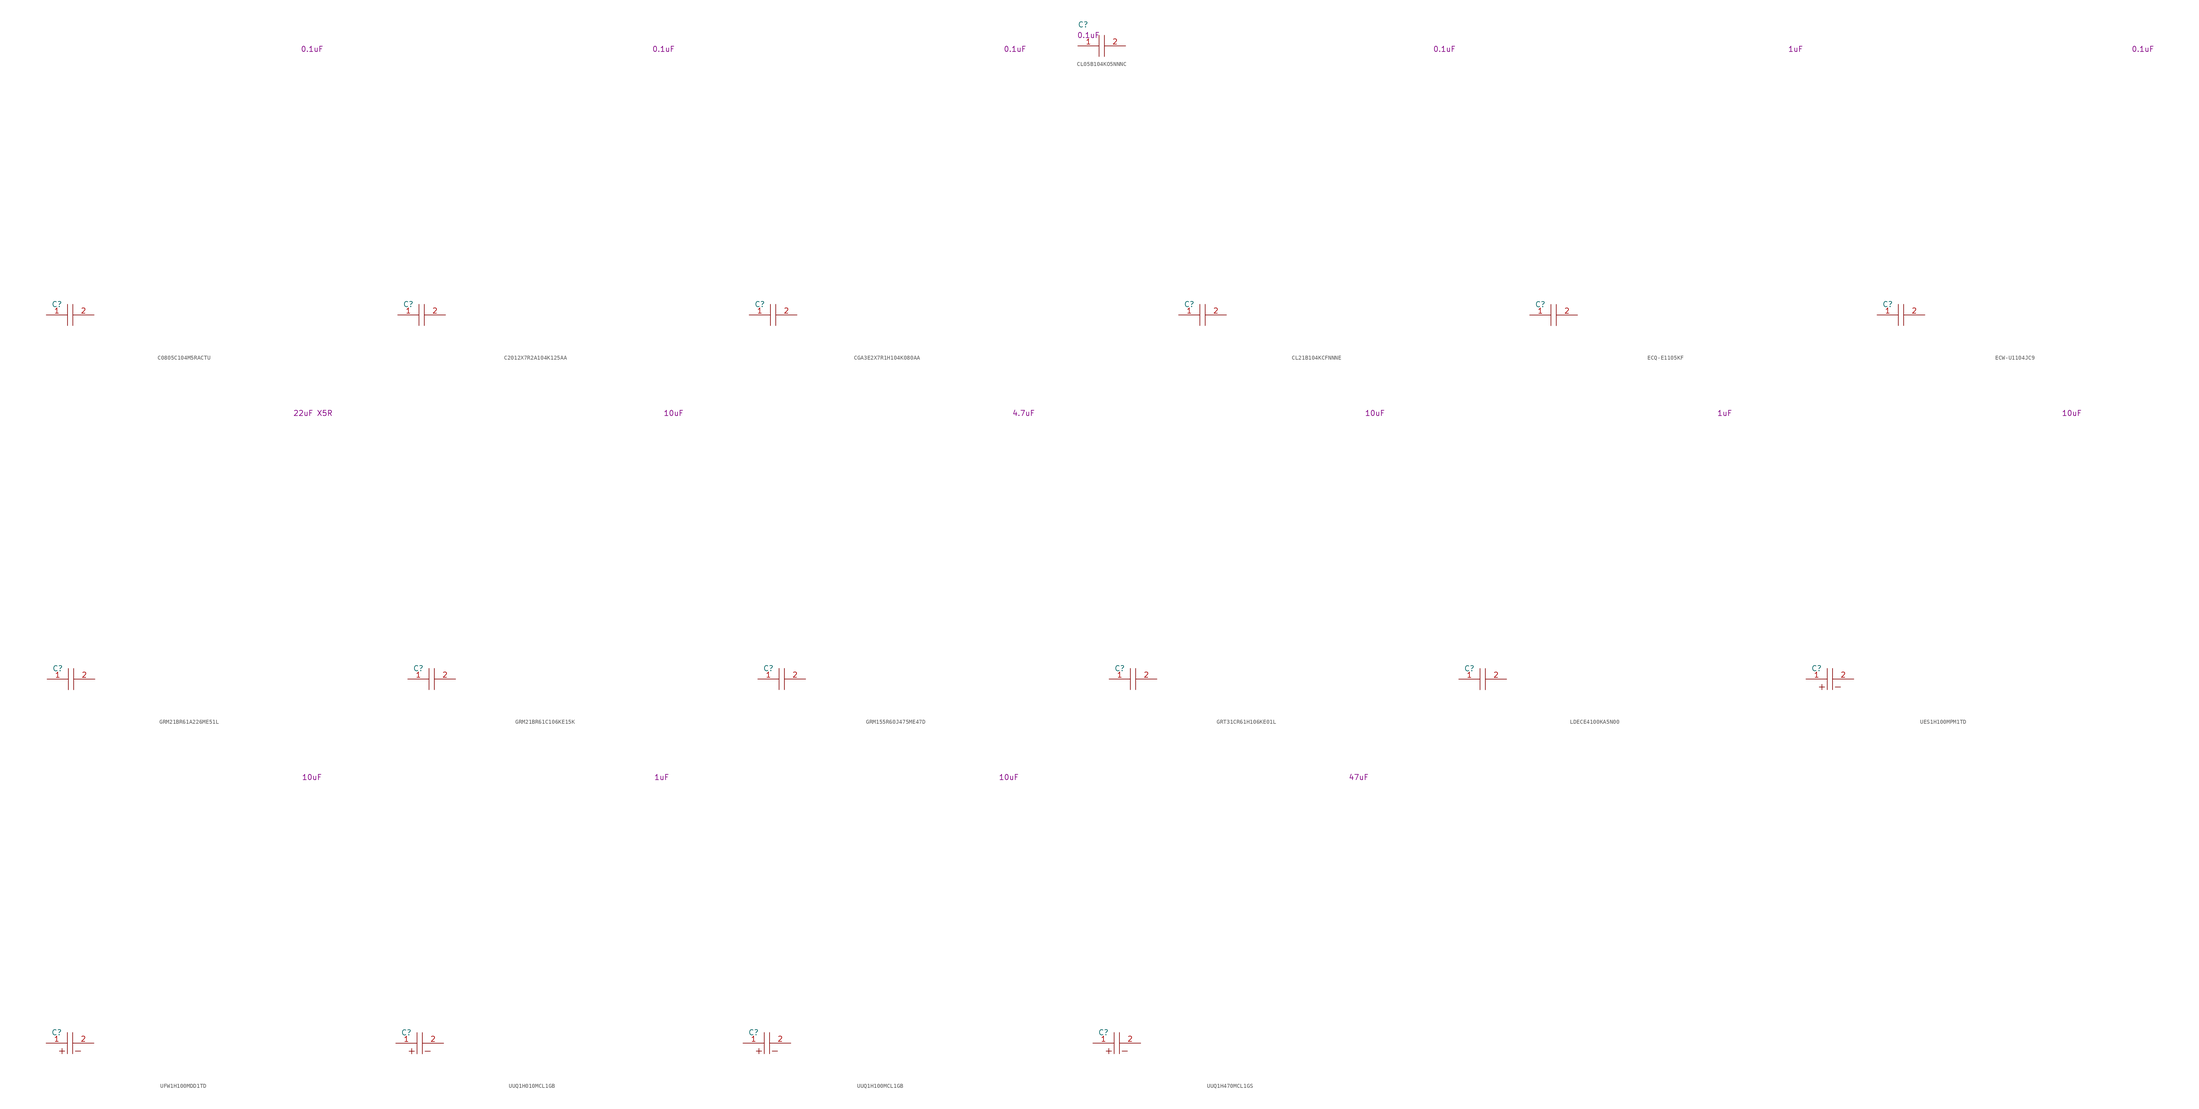
<source format=kicad_sym>
(kicad_symbol_lib
  (version 20241209)
  (generator "kicad_symbol_editor")
  (generator_version "9.0")
  (symbol "C0805C104M5RACTU"
    (pin_names
      (offset 1.016))
    (property "Reference" "C"
      (at -2.54 2.54 0)
      (effects (font (size 1.27 1.27))))
    (property "_Value_" "0.1uF"
      (at 58.42 63.5 0)
      (effects (font (size 1.27 1.27))))
    (symbol "C0805C104M5RACTU_1_1"
      (polyline (pts (xy 0 2.54) (xy 0 -2.54)) (stroke (width 0) (type solid)) (fill (type none)))
      (polyline (pts (xy 1.27 2.54) (xy 1.27 -2.54)) (stroke (width 0) (type solid)) (fill (type none)))
      (pin input line (at -5.08 0 0) (length 5.08) (name "~" (effects (font (size 1.27 1.27)))) (number "1" (effects (font (size 1.27 1.27)))))
      (pin input line (at 6.35 0 180) (length 5.08) (name "~" (effects (font (size 1.27 1.27)))) (number "2" (effects (font (size 1.27 1.27)))))))
  (symbol "C2012X7R2A104K125AA"
    (pin_names
      (offset 1.016))
    (property "Reference" "C"
      (at -2.54 2.54 0)
      (effects (font (size 1.27 1.27))))
    (property "_Value_" "0.1uF"
      (at 58.42 63.5 0)
      (effects (font (size 1.27 1.27))))
    (symbol "C2012X7R2A104K125AA_1_1"
      (polyline (pts (xy 0 2.54) (xy 0 -2.54)) (stroke (width 0) (type solid)) (fill (type none)))
      (polyline (pts (xy 1.27 2.54) (xy 1.27 -2.54)) (stroke (width 0) (type solid)) (fill (type none)))
      (pin input line (at -5.08 0 0) (length 5.08) (name "~" (effects (font (size 1.27 1.27)))) (number "1" (effects (font (size 1.27 1.27)))))
      (pin input line (at 6.35 0 180) (length 5.08) (name "~" (effects (font (size 1.27 1.27)))) (number "2" (effects (font (size 1.27 1.27)))))))
  (symbol "CGA3E2X7R1H104K080AA"
    (pin_names
      (offset 1.016))
    (property "Reference" "C"
      (at -2.54 2.54 0)
      (effects (font (size 1.27 1.27))))
    (property "_Value_" "0.1uF"
      (at 58.42 63.5 0)
      (effects (font (size 1.27 1.27))))
    (symbol "CGA3E2X7R1H104K080AA_1_1"
      (polyline (pts (xy 0 2.54) (xy 0 -2.54)) (stroke (width 0) (type solid)) (fill (type none)))
      (polyline (pts (xy 1.27 2.54) (xy 1.27 -2.54)) (stroke (width 0) (type solid)) (fill (type none)))
      (pin input line (at -5.08 0 0) (length 5.08) (name "~" (effects (font (size 1.27 1.27)))) (number "1" (effects (font (size 1.27 1.27)))))
      (pin input line (at 6.35 0 180) (length 5.08) (name "~" (effects (font (size 1.27 1.27)))) (number "2" (effects (font (size 1.27 1.27)))))))
  (symbol "CL05B104KO5NNNC"
    (pin_names
      (offset 1.016))
    (property "Reference" "C"
      (at -3.81 5.08 0)
      (effects (font (size 1.27 1.27))))
    (property "_Value_" "0.1uF"
      (at -2.54 2.54 0)
      (effects (font (size 1.27 1.27))))
    (symbol "CL05B104KO5NNNC_1_1"
      (polyline (pts (xy 0 2.54) (xy 0 -2.54)) (stroke (width 0) (type solid)) (fill (type none)))
      (polyline (pts (xy 1.27 2.54) (xy 1.27 -2.54)) (stroke (width 0) (type solid)) (fill (type none)))
      (pin input line (at -5.08 0 0) (length 5.08) (name "~" (effects (font (size 1.27 1.27)))) (number "1" (effects (font (size 1.27 1.27)))))
      (pin input line (at 6.35 0 180) (length 5.08) (name "~" (effects (font (size 1.27 1.27)))) (number "2" (effects (font (size 1.27 1.27)))))))
  (symbol "CL21B104KCFNNNE"
    (pin_names
      (offset 1.016))
    (property "Reference" "C"
      (at -2.54 2.54 0)
      (effects (font (size 1.27 1.27))))
    (property "_Value_" "0.1uF"
      (at 58.42 63.5 0)
      (effects (font (size 1.27 1.27))))
    (symbol "CL21B104KCFNNNE_1_1"
      (polyline (pts (xy 0 2.54) (xy 0 -2.54)) (stroke (width 0) (type solid)) (fill (type none)))
      (polyline (pts (xy 1.27 2.54) (xy 1.27 -2.54)) (stroke (width 0) (type solid)) (fill (type none)))
      (pin input line (at -5.08 0 0) (length 5.08) (name "~" (effects (font (size 1.27 1.27)))) (number "1" (effects (font (size 1.27 1.27)))))
      (pin input line (at 6.35 0 180) (length 5.08) (name "~" (effects (font (size 1.27 1.27)))) (number "2" (effects (font (size 1.27 1.27)))))))
  (symbol "ECQ-E1105KF"
    (pin_names
      (offset 1.016))
    (property "Reference" "C"
      (at -2.54 2.54 0)
      (effects (font (size 1.27 1.27))))
    (property "_Value_" "1uF"
      (at 58.42 63.5 0)
      (effects (font (size 1.27 1.27))))
    (symbol "ECQ-E1105KF_1_1"
      (polyline (pts (xy 0 2.54) (xy 0 -2.54)) (stroke (width 0) (type solid)) (fill (type none)))
      (polyline (pts (xy 1.27 2.54) (xy 1.27 -2.54)) (stroke (width 0) (type solid)) (fill (type none)))
      (pin input line (at -5.08 0 0) (length 5.08) (name "~" (effects (font (size 1.27 1.27)))) (number "1" (effects (font (size 1.27 1.27)))))
      (pin input line (at 6.35 0 180) (length 5.08) (name "~" (effects (font (size 1.27 1.27)))) (number "2" (effects (font (size 1.27 1.27)))))))
  (symbol "ECW-U1104JC9"
    (pin_names
      (offset 1.016))
    (property "Reference" "C"
      (at -2.54 2.54 0)
      (effects (font (size 1.27 1.27))))
    (property "_Value_" "0.1uF"
      (at 58.42 63.5 0)
      (effects (font (size 1.27 1.27))))
    (symbol "ECW-U1104JC9_1_1"
      (polyline (pts (xy 0 2.54) (xy 0 -2.54)) (stroke (width 0) (type solid)) (fill (type none)))
      (polyline (pts (xy 1.27 2.54) (xy 1.27 -2.54)) (stroke (width 0) (type solid)) (fill (type none)))
      (pin input line (at -5.08 0 0) (length 5.08) (name "~" (effects (font (size 1.27 1.27)))) (number "1" (effects (font (size 1.27 1.27)))))
      (pin input line (at 6.35 0 180) (length 5.08) (name "~" (effects (font (size 1.27 1.27)))) (number "2" (effects (font (size 1.27 1.27)))))))
  (symbol "GRM21BR61A226ME51L"
    (pin_names
      (offset 1.016))
    (property "Reference" "C"
      (at -2.54 2.54 0)
      (effects (font (size 1.27 1.27))))
    (property "_Value_" "22uF X5R"
      (at 58.42 63.5 0)
      (effects (font (size 1.27 1.27))))
    (symbol "GRM21BR61A226ME51L_1_1"
      (polyline (pts (xy 0 2.54) (xy 0 -2.54)) (stroke (width 0) (type solid)) (fill (type none)))
      (polyline (pts (xy 1.27 2.54) (xy 1.27 -2.54)) (stroke (width 0) (type solid)) (fill (type none)))
      (pin input line (at -5.08 0 0) (length 5.08) (name "~" (effects (font (size 1.27 1.27)))) (number "1" (effects (font (size 1.27 1.27)))))
      (pin input line (at 6.35 0 180) (length 5.08) (name "~" (effects (font (size 1.27 1.27)))) (number "2" (effects (font (size 1.27 1.27)))))))
  (symbol "GRM21BR61C106KE15K"
    (pin_names
      (offset 1.016))
    (property "Reference" "C"
      (at -2.54 2.54 0)
      (effects (font (size 1.27 1.27))))
    (property "_Value_" "10uF"
      (at 58.42 63.5 0)
      (effects (font (size 1.27 1.27))))
    (symbol "GRM21BR61C106KE15K_1_1"
      (polyline (pts (xy 0 2.54) (xy 0 -2.54)) (stroke (width 0) (type solid)) (fill (type none)))
      (polyline (pts (xy 1.27 2.54) (xy 1.27 -2.54)) (stroke (width 0) (type solid)) (fill (type none)))
      (pin input line (at -5.08 0 0) (length 5.08) (name "~" (effects (font (size 1.27 1.27)))) (number "1" (effects (font (size 1.27 1.27)))))
      (pin input line (at 6.35 0 180) (length 5.08) (name "~" (effects (font (size 1.27 1.27)))) (number "2" (effects (font (size 1.27 1.27)))))))
  (symbol "GRM155R60J475ME47D"
    (pin_names
      (offset 1.016))
    (property "Reference" "C"
      (at -2.54 2.54 0)
      (effects (font (size 1.27 1.27))))
    (property "_Value_" "4.7uF"
      (at 58.42 63.5 0)
      (effects (font (size 1.27 1.27))))
    (symbol "GRM155R60J475ME47D_1_1"
      (polyline (pts (xy 0 2.54) (xy 0 -2.54)) (stroke (width 0) (type solid)) (fill (type none)))
      (polyline (pts (xy 1.27 2.54) (xy 1.27 -2.54)) (stroke (width 0) (type solid)) (fill (type none)))
      (pin input line (at -5.08 0 0) (length 5.08) (name "~" (effects (font (size 1.27 1.27)))) (number "1" (effects (font (size 1.27 1.27)))))
      (pin input line (at 6.35 0 180) (length 5.08) (name "~" (effects (font (size 1.27 1.27)))) (number "2" (effects (font (size 1.27 1.27)))))))
  (symbol "GRT31CR61H106KE01L"
    (pin_names
      (offset 1.016))
    (property "Reference" "C"
      (at -2.54 2.54 0)
      (effects (font (size 1.27 1.27))))
    (property "_Value_" "10uF"
      (at 58.42 63.5 0)
      (effects (font (size 1.27 1.27))))
    (symbol "GRT31CR61H106KE01L_1_1"
      (polyline (pts (xy 0 2.54) (xy 0 -2.54)) (stroke (width 0) (type solid)) (fill (type none)))
      (polyline (pts (xy 1.27 2.54) (xy 1.27 -2.54)) (stroke (width 0) (type solid)) (fill (type none)))
      (pin input line (at -5.08 0 0) (length 5.08) (name "~" (effects (font (size 1.27 1.27)))) (number "1" (effects (font (size 1.27 1.27)))))
      (pin input line (at 6.35 0 180) (length 5.08) (name "~" (effects (font (size 1.27 1.27)))) (number "2" (effects (font (size 1.27 1.27)))))))
  (symbol "LDECE4100KA5N00"
    (pin_names
      (offset 1.016))
    (property "Reference" "C"
      (at -2.54 2.54 0)
      (effects (font (size 1.27 1.27))))
    (property "_Value_" "1uF"
      (at 58.42 63.5 0)
      (effects (font (size 1.27 1.27))))
    (symbol "LDECE4100KA5N00_1_1"
      (polyline (pts (xy 0 2.54) (xy 0 -2.54)) (stroke (width 0) (type solid)) (fill (type none)))
      (polyline (pts (xy 1.27 2.54) (xy 1.27 -2.54)) (stroke (width 0) (type solid)) (fill (type none)))
      (pin input line (at -5.08 0 0) (length 5.08) (name "~" (effects (font (size 1.27 1.27)))) (number "1" (effects (font (size 1.27 1.27)))))
      (pin input line (at 6.35 0 180) (length 5.08) (name "~" (effects (font (size 1.27 1.27)))) (number "2" (effects (font (size 1.27 1.27)))))))
  (symbol "UES1H100MPM1TD"
    (pin_names
      (offset 1.016))
    (property "Reference" "C"
      (at -2.54 2.54 0)
      (effects (font (size 1.27 1.27))))
    (property "_Value_" "10uF"
      (at 58.42 63.5 0)
      (effects (font (size 1.27 1.27))))
    (symbol "UES1H100MPM1TD_0_1"
      (polyline (pts (xy -1.27 -1.27) (xy -1.27 -2.54)) (stroke (width 0) (type solid)) (fill (type none)))
      (polyline (pts (xy -0.635 -1.905) (xy -1.905 -1.905)) (stroke (width 0) (type solid)) (fill (type none)))
      (polyline (pts (xy 1.905 -1.905) (xy 3.175 -1.905)) (stroke (width 0) (type solid)) (fill (type none))))
    (symbol "UES1H100MPM1TD_1_1"
      (polyline (pts (xy 0 2.54) (xy 0 -2.54)) (stroke (width 0) (type solid)) (fill (type none)))
      (polyline (pts (xy 1.27 2.54) (xy 1.27 -2.54)) (stroke (width 0) (type solid)) (fill (type none)))
      (pin input line (at -5.08 0 0) (length 5.08) (name "~" (effects (font (size 1.27 1.27)))) (number "1" (effects (font (size 1.27 1.27)))))
      (pin input line (at 6.35 0 180) (length 5.08) (name "~" (effects (font (size 1.27 1.27)))) (number "2" (effects (font (size 1.27 1.27)))))))
  (symbol "UFW1H100MDD1TD"
    (pin_names
      (offset 1.016))
    (property "Reference" "C"
      (at -2.54 2.54 0)
      (effects (font (size 1.27 1.27))))
    (property "_Value_" "10uF"
      (at 58.42 63.5 0)
      (effects (font (size 1.27 1.27))))
    (symbol "UFW1H100MDD1TD_0_1"
      (polyline (pts (xy -1.27 -1.27) (xy -1.27 -2.54)) (stroke (width 0) (type solid)) (fill (type none)))
      (polyline (pts (xy -0.635 -1.905) (xy -1.905 -1.905)) (stroke (width 0) (type solid)) (fill (type none)))
      (polyline (pts (xy 1.905 -1.905) (xy 3.175 -1.905)) (stroke (width 0) (type solid)) (fill (type none))))
    (symbol "UFW1H100MDD1TD_1_1"
      (polyline (pts (xy 0 2.54) (xy 0 -2.54)) (stroke (width 0) (type solid)) (fill (type none)))
      (polyline (pts (xy 1.27 2.54) (xy 1.27 -2.54)) (stroke (width 0) (type solid)) (fill (type none)))
      (pin input line (at -5.08 0 0) (length 5.08) (name "~" (effects (font (size 1.27 1.27)))) (number "1" (effects (font (size 1.27 1.27)))))
      (pin input line (at 6.35 0 180) (length 5.08) (name "~" (effects (font (size 1.27 1.27)))) (number "2" (effects (font (size 1.27 1.27)))))))
  (symbol "UUQ1H010MCL1GB"
    (pin_names
      (offset 1.016))
    (property "Reference" "C"
      (at -2.54 2.54 0)
      (effects (font (size 1.27 1.27))))
    (property "_Value_" "1uF"
      (at 58.42 63.5 0)
      (effects (font (size 1.27 1.27))))
    (symbol "UUQ1H010MCL1GB_0_1"
      (polyline (pts (xy -1.27 -1.27) (xy -1.27 -2.54)) (stroke (width 0) (type solid)) (fill (type none)))
      (polyline (pts (xy -0.635 -1.905) (xy -1.905 -1.905)) (stroke (width 0) (type solid)) (fill (type none)))
      (polyline (pts (xy 1.905 -1.905) (xy 3.175 -1.905)) (stroke (width 0) (type solid)) (fill (type none))))
    (symbol "UUQ1H010MCL1GB_1_1"
      (polyline (pts (xy 0 2.54) (xy 0 -2.54)) (stroke (width 0) (type solid)) (fill (type none)))
      (polyline (pts (xy 1.27 2.54) (xy 1.27 -2.54)) (stroke (width 0) (type solid)) (fill (type none)))
      (pin input line (at -5.08 0 0) (length 5.08) (name "~" (effects (font (size 1.27 1.27)))) (number "1" (effects (font (size 1.27 1.27)))))
      (pin input line (at 6.35 0 180) (length 5.08) (name "~" (effects (font (size 1.27 1.27)))) (number "2" (effects (font (size 1.27 1.27)))))))
  (symbol "UUQ1H100MCL1GB"
    (pin_names
      (offset 1.016))
    (property "Reference" "C"
      (at -2.54 2.54 0)
      (effects (font (size 1.27 1.27))))
    (property "_Value_" "10uF"
      (at 58.42 63.5 0)
      (effects (font (size 1.27 1.27))))
    (symbol "UUQ1H100MCL1GB_0_1"
      (polyline (pts (xy -1.27 -1.27) (xy -1.27 -2.54)) (stroke (width 0) (type solid)) (fill (type none)))
      (polyline (pts (xy -0.635 -1.905) (xy -1.905 -1.905)) (stroke (width 0) (type solid)) (fill (type none)))
      (polyline (pts (xy 1.905 -1.905) (xy 3.175 -1.905)) (stroke (width 0) (type solid)) (fill (type none))))
    (symbol "UUQ1H100MCL1GB_1_1"
      (polyline (pts (xy 0 2.54) (xy 0 -2.54)) (stroke (width 0) (type solid)) (fill (type none)))
      (polyline (pts (xy 1.27 2.54) (xy 1.27 -2.54)) (stroke (width 0) (type solid)) (fill (type none)))
      (pin input line (at -5.08 0 0) (length 5.08) (name "~" (effects (font (size 1.27 1.27)))) (number "1" (effects (font (size 1.27 1.27)))))
      (pin input line (at 6.35 0 180) (length 5.08) (name "~" (effects (font (size 1.27 1.27)))) (number "2" (effects (font (size 1.27 1.27)))))))
  (symbol "UUQ1H470MCL1GS"
    (pin_names
      (offset 1.016))
    (property "Reference" "C"
      (at -2.54 2.54 0)
      (effects (font (size 1.27 1.27))))
    (property "_Value_" "47uF"
      (at 58.42 63.5 0)
      (effects (font (size 1.27 1.27))))
    (symbol "UUQ1H470MCL1GS_0_1"
      (polyline (pts (xy -1.27 -1.27) (xy -1.27 -2.54)) (stroke (width 0) (type solid)) (fill (type none)))
      (polyline (pts (xy -0.635 -1.905) (xy -1.905 -1.905)) (stroke (width 0) (type solid)) (fill (type none)))
      (polyline (pts (xy 1.905 -1.905) (xy 3.175 -1.905)) (stroke (width 0) (type solid)) (fill (type none))))
    (symbol "UUQ1H470MCL1GS_1_1"
      (polyline (pts (xy 0 2.54) (xy 0 -2.54)) (stroke (width 0) (type solid)) (fill (type none)))
      (polyline (pts (xy 1.27 2.54) (xy 1.27 -2.54)) (stroke (width 0) (type solid)) (fill (type none)))
      (pin input line (at -5.08 0 0) (length 5.08) (name "~" (effects (font (size 1.27 1.27)))) (number "1" (effects (font (size 1.27 1.27)))))
      (pin input line (at 6.35 0 180) (length 5.08) (name "~" (effects (font (size 1.27 1.27)))) (number "2" (effects (font (size 1.27 1.27))))))))
</source>
